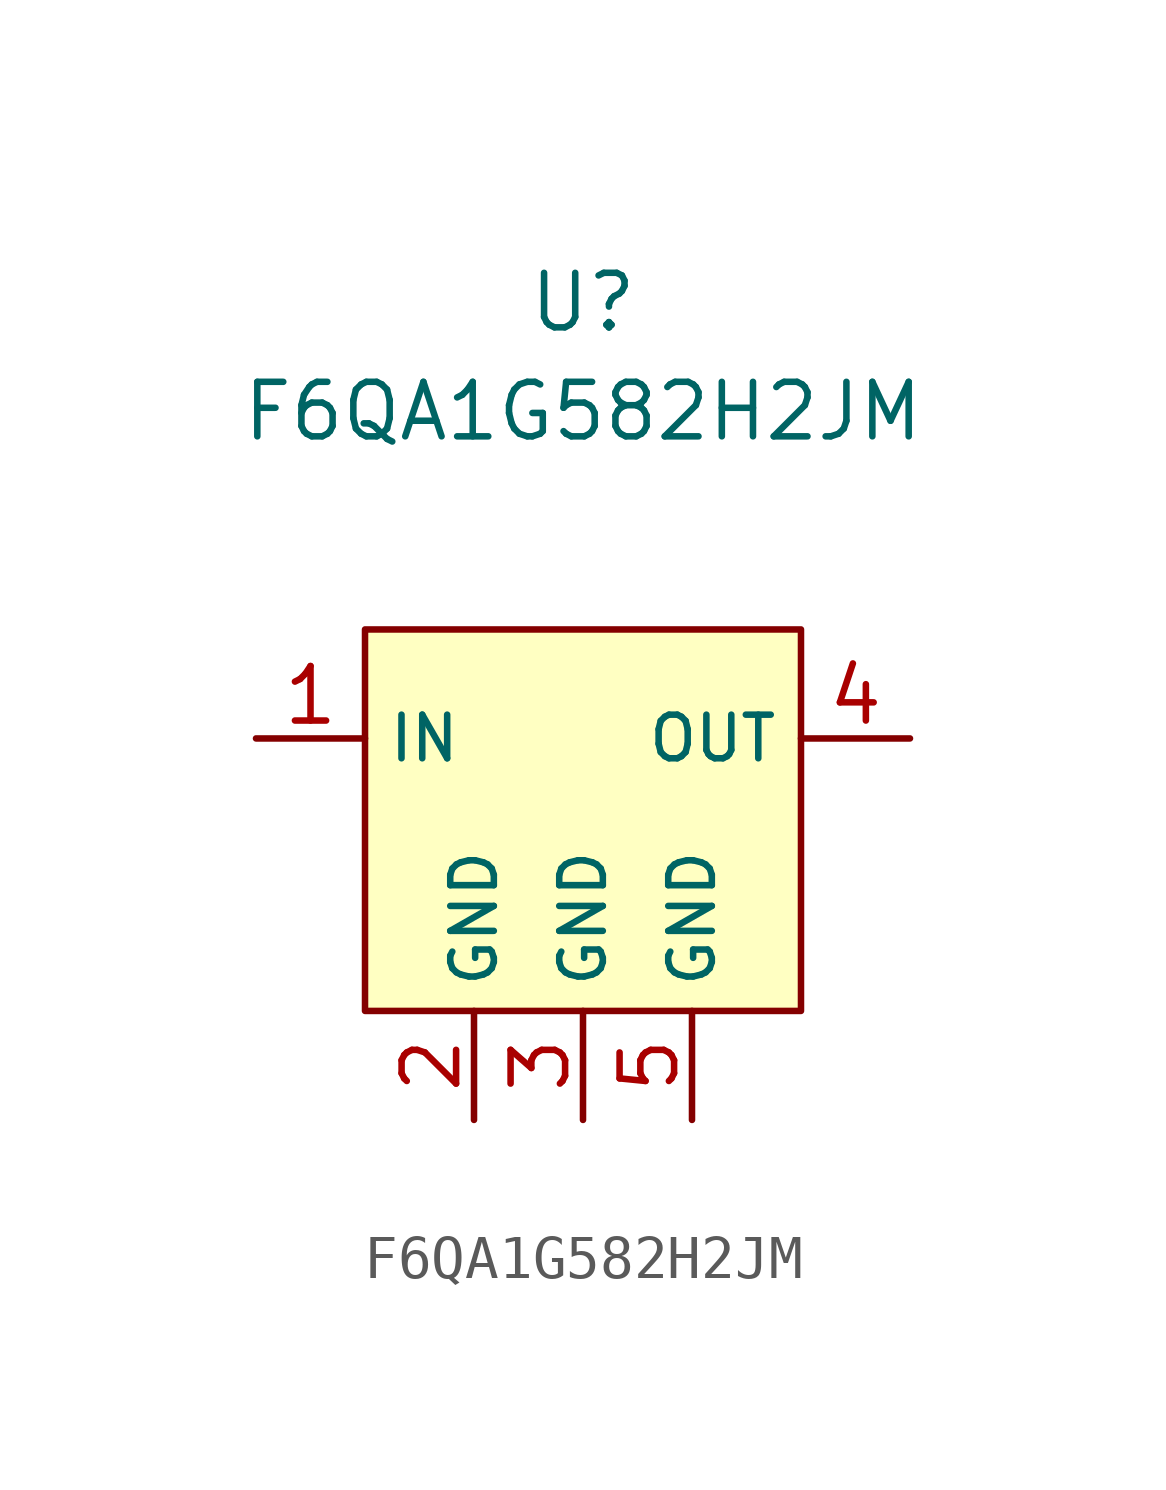
<source format=kicad_sym>
(kicad_symbol_lib
  (version 20201005)
  (generator kicad_symbol_editor)
  (symbol "CustomSymbols:F6QA1G582H2JM"
    (property "Reference" "U"
      (at 0 11.43 0)
      (effects (font (size 1.27 1.27))))
    (property "Value" "F6QA1G582H2JM"
      (at 0 8.89 0)
      (effects (font (size 1.27 1.27))))
    (symbol "F6QA1G582H2JM_0_0"
      (pin input line (at -7.62 1.27 0) (length 2.54) (name "IN" (effects (font (size 1.016 1.016)))) (number "1" (effects (font (size 1.27 1.27)))))
      (pin power_in line (at -2.54 -7.62 90) (length 2.54) (name "GND" (effects (font (size 1.016 1.016)))) (number "2" (effects (font (size 1.27 1.27)))))
      (pin power_in line (at 0 -7.62 90) (length 2.54) (name "GND" (effects (font (size 1.016 1.016)))) (number "3" (effects (font (size 1.27 1.27)))))
      (pin output line (at 7.62 1.27 180) (length 2.54) (name "OUT" (effects (font (size 1.016 1.016)))) (number "4" (effects (font (size 1.27 1.27)))))
      (pin power_in line (at 2.54 -7.62 90) (length 2.54) (name "GND" (effects (font (size 1.016 1.016)))) (number "5" (effects (font (size 1.27 1.27))))))
    (symbol "F6QA1G582H2JM_0_1"
      (rectangle (start -5.08 3.81) (end 5.08 -5.08) (stroke (width 0.152)) (fill (type background))))))
</source>
